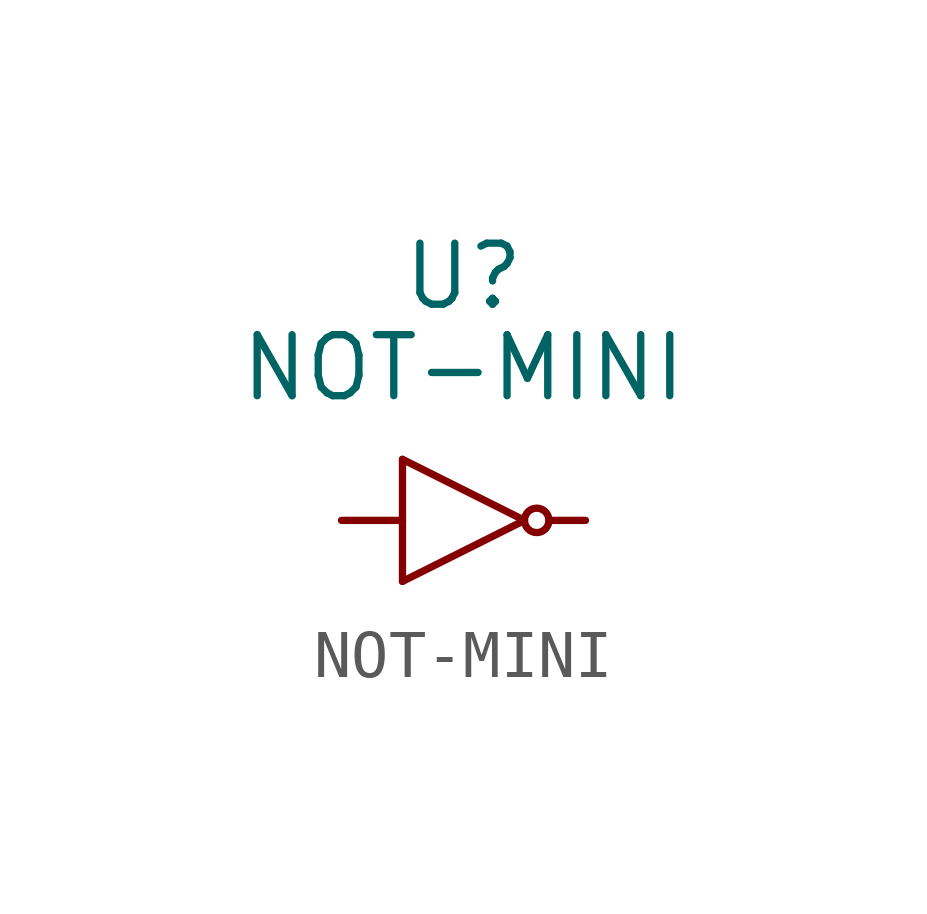
<source format=kicad_sym>
(kicad_symbol_lib
  (version 20231120)
  (generator "kicad_symbol_editor")
  (generator_version "8.0")
  (symbol "NOT-MINI"
    (pin_numbers hide)
    (pin_names
      (offset 0) hide)
    (property "Reference" "U"
      (at 0 5.08 0)
      (effects (font (size 1.27 1.27))))
    (property "Value" "NOT-MINI"
      (at 0 3.175 0)
      (effects (font (size 1.27 1.27))))
    (property "Footprint" ""
      (at 1.27 0 0)
      (effects (font (size 1.524 1.524))))
    (property "Datasheet" ""
      (at 1.27 0 0)
      (effects (font (size 1.524 1.524))))
    (symbol "NOT-MINI_0_0"
      (polyline (pts (xy -1.27 1.27) (xy -1.27 -1.27)) (stroke (width 0) (type default)) (fill (type none)))
      (polyline (pts (xy -1.27 1.27) (xy 1.27 0) (xy -1.27 -1.27)) (stroke (width 0) (type default)) (fill (type none)))
      (circle (center 1.524 0) (radius 0.254) (stroke (width 0) (type default)) (fill (type none))))
    (symbol "NOT-MINI_1_1"
      (pin input line (at -2.54 0 0) (length 1.27) (name "~" (effects (font (size 1.27 1.27)))) (number "~" (effects (font (size 1.27 1.27)))))
      (pin input line (at 2.54 0 180) (length 0.762) (name "~" (effects (font (size 1.27 1.27)))) (number "~" (effects (font (size 1.27 1.27))))))))
</source>
